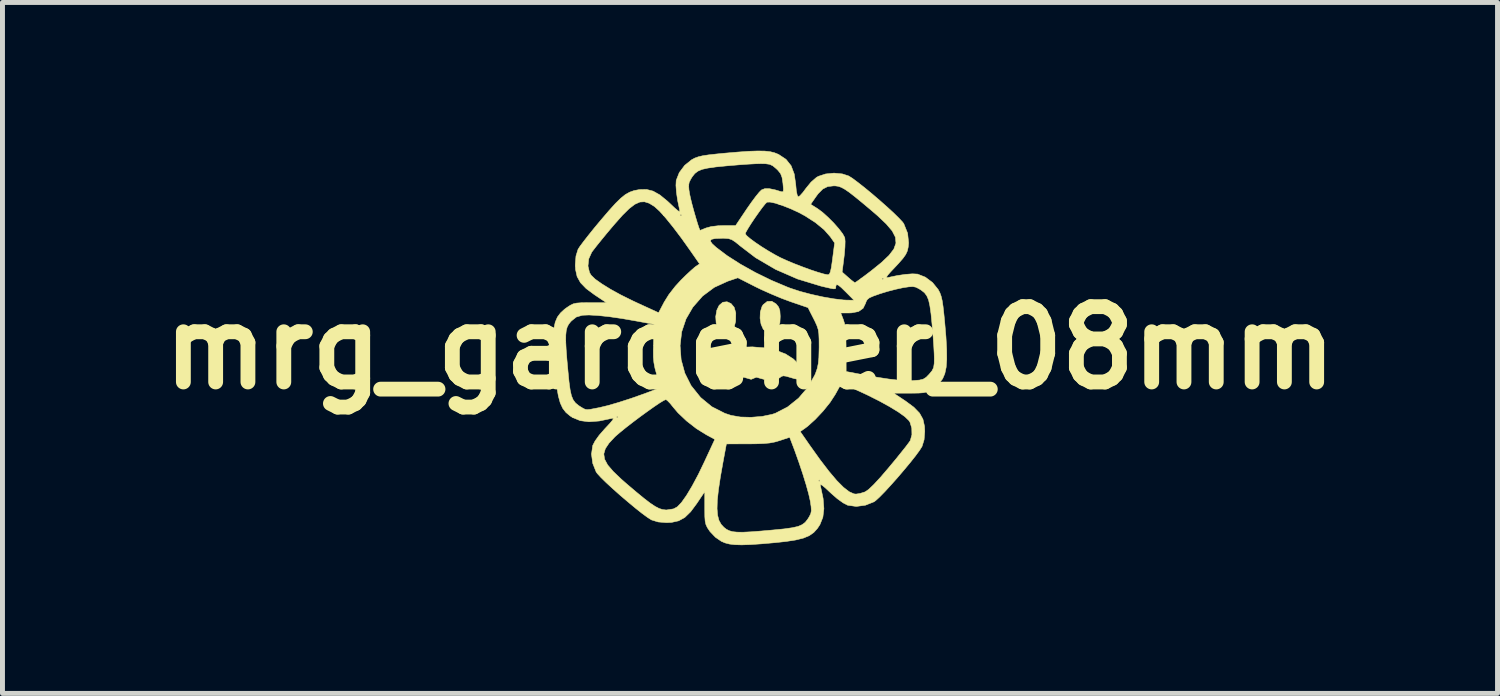
<source format=kicad_pcb>
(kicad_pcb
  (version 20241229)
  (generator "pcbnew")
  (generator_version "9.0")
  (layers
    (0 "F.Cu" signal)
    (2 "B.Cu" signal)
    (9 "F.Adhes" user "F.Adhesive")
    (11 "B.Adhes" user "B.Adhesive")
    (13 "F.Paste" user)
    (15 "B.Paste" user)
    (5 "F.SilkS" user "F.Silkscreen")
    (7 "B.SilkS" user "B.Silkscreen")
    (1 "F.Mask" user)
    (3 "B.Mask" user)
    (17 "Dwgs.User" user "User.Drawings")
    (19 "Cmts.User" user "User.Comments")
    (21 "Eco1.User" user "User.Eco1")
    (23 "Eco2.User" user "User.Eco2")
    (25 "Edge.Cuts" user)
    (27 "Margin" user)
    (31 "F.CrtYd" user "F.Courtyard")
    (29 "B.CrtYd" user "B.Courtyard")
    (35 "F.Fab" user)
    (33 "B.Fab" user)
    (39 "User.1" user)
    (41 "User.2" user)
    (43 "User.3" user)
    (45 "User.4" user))
  (footprint "mrg_gardener_08mm"
    (layer "F.Cu")
    (at 12.127 3.99)
    (property "Reference" "mrg_gardener_08mm" (at 0 0 0) (layer "F.SilkS") (effects (font (size 1.524 1.524) (thickness 0.3))))
    (attr through_hole)
    (fp_poly (pts (xy -0.385 -0.898) (xy -0.321 -0.822) (xy -0.289 -0.712) (xy -0.288 -0.707) (xy -0.291 -0.538) (xy -0.324 -0.408) (xy -0.384 -0.324) (xy -0.466 -0.29) (xy -0.565 -0.312) (xy -0.584 -0.323) (xy -0.649 -0.394) (xy -0.686 -0.505) (xy -0.694 -0.635) (xy -0.672 -0.764) (xy -0.625 -0.861) (xy -0.551 -0.924) (xy -0.466 -0.934) (xy -0.385 -0.898)) (stroke (width 0.01) (type solid)) (fill yes) (layer "F.SilkS"))
    (fp_poly (pts (xy 0.53 -0.888) (xy 0.579 -0.826) (xy 0.604 -0.754) (xy 0.611 -0.646) (xy 0.611 -0.627) (xy 0.605 -0.512) (xy 0.584 -0.436) (xy 0.538 -0.375) (xy 0.532 -0.368) (xy 0.469 -0.311) (xy 0.419 -0.295) (xy 0.353 -0.313) (xy 0.331 -0.322) (xy 0.267 -0.379) (xy 0.223 -0.479) (xy 0.203 -0.601) (xy 0.208 -0.727) (xy 0.242 -0.837) (xy 0.266 -0.875) (xy 0.349 -0.941) (xy 0.441 -0.944) (xy 0.53 -0.888)) (stroke (width 0.01) (type solid)) (fill yes) (layer "F.SilkS"))
    (fp_poly (pts (xy 0.291 -0.001) (xy 0.519 0.047) (xy 0.718 0.122) (xy 0.877 0.224) (xy 0.93 0.275) (xy 1 0.376) (xy 1.043 0.481) (xy 1.053 0.57) (xy 1.032 0.62) (xy 0.988 0.636) (xy 0.905 0.624) (xy 0.83 0.602) (xy 0.731 0.573) (xy 0.672 0.565) (xy 0.632 0.579) (xy 0.604 0.601) (xy 0.549 0.635) (xy 0.487 0.625) (xy 0.462 0.615) (xy 0.388 0.593) (xy 0.335 0.613) (xy 0.333 0.615) (xy 0.281 0.636) (xy 0.208 0.616) (xy 0.204 0.615) (xy 0.13 0.593) (xy 0.078 0.613) (xy 0.076 0.615) (xy 0.023 0.636) (xy -0.049 0.616) (xy -0.053 0.615) (xy -0.127 0.593) (xy -0.18 0.613) (xy -0.181 0.615) (xy -0.236 0.636) (xy -0.307 0.616) (xy -0.387 0.596) (xy -0.448 0.617) (xy -0.506 0.637) (xy -0.571 0.613) (xy -0.589 0.601) (xy -0.651 0.569) (xy -0.707 0.568) (xy -0.784 0.596) (xy -0.895 0.634) (xy -0.968 0.638) (xy -1.019 0.606) (xy -1.026 0.598) (xy -1.043 0.532) (xy -1.02 0.439) (xy -0.964 0.336) (xy -0.884 0.239) (xy -0.825 0.189) (xy -0.648 0.091) (xy -0.434 0.024) (xy -0.199 -0.013) (xy 0.047 -0.021) (xy 0.291 -0.001)) (stroke (width 0.01) (type solid)) (fill yes) (layer "F.SilkS"))
    (fp_poly (pts (xy 0.295 -3.983) (xy 0.406 -3.971) (xy 0.495 -3.949) (xy 0.572 -3.918) (xy 0.58 -3.914) (xy 0.728 -3.816) (xy 0.831 -3.687) (xy 0.895 -3.518) (xy 0.924 -3.316) (xy 0.937 -3.18) (xy 0.955 -3.091) (xy 0.975 -3.056) (xy 0.977 -3.056) (xy 1.012 -3.081) (xy 1.07 -3.146) (xy 1.135 -3.233) (xy 1.236 -3.356) (xy 1.343 -3.449) (xy 1.383 -3.472) (xy 1.529 -3.52) (xy 1.7 -3.537) (xy 1.868 -3.521) (xy 1.995 -3.48) (xy 2.073 -3.431) (xy 2.184 -3.348) (xy 2.32 -3.241) (xy 2.469 -3.118) (xy 2.623 -2.986) (xy 2.771 -2.855) (xy 2.904 -2.733) (xy 3.012 -2.627) (xy 3.086 -2.548) (xy 3.111 -2.514) (xy 3.189 -2.32) (xy 3.209 -2.124) (xy 3.2 -2.036) (xy 3.183 -1.961) (xy 3.15 -1.89) (xy 3.093 -1.81) (xy 3.002 -1.706) (xy 2.948 -1.648) (xy 2.847 -1.541) (xy 2.786 -1.472) (xy 2.763 -1.434) (xy 2.771 -1.422) (xy 2.806 -1.427) (xy 2.813 -1.429) (xy 2.98 -1.464) (xy 3.144 -1.488) (xy 3.285 -1.499) (xy 3.385 -1.494) (xy 3.389 -1.494) (xy 3.547 -1.432) (xy 3.693 -1.323) (xy 3.807 -1.182) (xy 3.809 -1.178) (xy 3.842 -1.116) (xy 3.867 -1.046) (xy 3.888 -0.958) (xy 3.906 -0.84) (xy 3.924 -0.678) (xy 3.939 -0.527) (xy 3.965 -0.221) (xy 3.979 0.03) (xy 3.981 0.231) (xy 3.969 0.392) (xy 3.942 0.52) (xy 3.898 0.623) (xy 3.835 0.707) (xy 3.754 0.782) (xy 3.703 0.819) (xy 3.636 0.863) (xy 3.576 0.892) (xy 3.507 0.907) (xy 3.411 0.914) (xy 3.272 0.916) (xy 3.235 0.916) (xy 2.907 0.916) (xy 3.149 1.077) (xy 3.316 1.201) (xy 3.43 1.319) (xy 3.499 1.443) (xy 3.531 1.587) (xy 3.536 1.689) (xy 3.522 1.86) (xy 3.481 1.992) (xy 3.48 1.995) (xy 3.43 2.074) (xy 3.347 2.187) (xy 3.239 2.323) (xy 3.114 2.473) (xy 2.982 2.628) (xy 2.85 2.776) (xy 2.727 2.91) (xy 2.621 3.018) (xy 2.541 3.091) (xy 2.509 3.114) (xy 2.335 3.183) (xy 2.15 3.208) (xy 1.98 3.184) (xy 1.973 3.182) (xy 1.884 3.136) (xy 1.768 3.053) (xy 1.642 2.943) (xy 1.627 2.929) (xy 1.524 2.833) (xy 1.46 2.78) (xy 1.429 2.765) (xy 1.423 2.785) (xy 1.426 2.797) (xy 1.479 3.047) (xy 1.495 3.253) (xy 1.474 3.427) (xy 1.414 3.577) (xy 1.363 3.654) (xy 1.29 3.735) (xy 1.2 3.798) (xy 1.082 3.848) (xy 0.928 3.886) (xy 0.728 3.917) (xy 0.507 3.941) (xy 0.23 3.965) (xy 0.007 3.98) (xy -0.169 3.986) (xy -0.307 3.982) (xy -0.416 3.969) (xy -0.505 3.946) (xy -0.58 3.914) (xy -0.702 3.83) (xy -0.809 3.717) (xy -0.819 3.703) (xy -0.864 3.636) (xy -0.892 3.576) (xy -0.908 3.507) (xy -0.915 3.411) (xy -0.916 3.271) (xy -0.916 3.253) (xy -0.667 3.253) (xy -0.656 3.386) (xy -0.629 3.49) (xy -0.584 3.571) (xy -0.528 3.631) (xy -0.477 3.671) (xy -0.421 3.699) (xy -0.352 3.719) (xy -0.26 3.728) (xy -0.137 3.729) (xy 0.024 3.721) (xy 0.233 3.705) (xy 0.48 3.683) (xy 0.693 3.662) (xy 0.853 3.639) (xy 0.97 3.613) (xy 1.054 3.577) (xy 1.117 3.53) (xy 1.168 3.465) (xy 1.199 3.415) (xy 1.229 3.355) (xy 1.241 3.294) (xy 1.236 3.212) (xy 1.219 3.098) (xy 1.187 2.956) (xy 1.135 2.768) (xy 1.109 2.685) (xy 1.383 2.685) (xy 1.399 2.701) (xy 1.415 2.685) (xy 1.399 2.669) (xy 1.383 2.685) (xy 1.109 2.685) (xy 1.067 2.548) (xy 0.987 2.309) (xy 0.9 2.065) (xy 0.871 1.989) (xy 0.802 1.808) (xy 0.602 1.875) (xy 0.502 1.904) (xy 0.397 1.924) (xy 0.273 1.935) (xy 0.111 1.941) (xy -0.038 1.942) (xy -0.478 1.943) (xy -0.544 2.298) (xy -0.6 2.613) (xy -0.639 2.873) (xy -0.662 3.084) (xy -0.667 3.253) (xy -0.916 3.253) (xy -0.916 3.235) (xy -0.916 2.908) (xy -1.078 3.149) (xy -1.202 3.316) (xy -1.319 3.43) (xy -1.444 3.499) (xy -1.588 3.531) (xy -1.689 3.536) (xy -1.86 3.522) (xy -1.992 3.481) (xy -1.995 3.48) (xy -2.074 3.43) (xy -2.187 3.347) (xy -2.323 3.239) (xy -2.473 3.114) (xy -2.628 2.982) (xy -2.776 2.85) (xy -2.91 2.727) (xy -3.018 2.621) (xy -3.091 2.541) (xy -3.114 2.509) (xy -3.183 2.335) (xy -3.208 2.15) (xy -3.207 2.145) (xy -2.959 2.145) (xy -2.943 2.252) (xy -2.881 2.368) (xy -2.768 2.5) (xy -2.605 2.656) (xy -2.492 2.755) (xy -2.296 2.921) (xy -2.14 3.049) (xy -2.017 3.143) (xy -1.919 3.208) (xy -1.84 3.249) (xy -1.77 3.271) (xy -1.704 3.279) (xy -1.687 3.279) (xy -1.547 3.257) (xy -1.47 3.215) (xy -1.386 3.127) (xy -1.285 2.984) (xy -1.17 2.792) (xy -1.045 2.558) (xy -0.914 2.286) (xy -0.913 2.283) (xy -0.712 1.85) (xy -0.885 1.757) (xy -0.988 1.693) (xy 1.016 1.693) (xy 1.204 1.964) (xy 1.414 2.258) (xy 1.597 2.497) (xy 1.755 2.684) (xy 1.891 2.821) (xy 2.006 2.91) (xy 2.102 2.953) (xy 2.144 2.958) (xy 2.227 2.945) (xy 2.323 2.915) (xy 2.328 2.913) (xy 2.399 2.865) (xy 2.502 2.767) (xy 2.64 2.618) (xy 2.813 2.416) (xy 2.821 2.406) (xy 2.946 2.256) (xy 3.057 2.118) (xy 3.149 2.003) (xy 3.213 1.918) (xy 3.243 1.875) (xy 3.276 1.757) (xy 3.273 1.624) (xy 3.237 1.504) (xy 3.214 1.469) (xy 3.133 1.391) (xy 3 1.296) (xy 2.823 1.188) (xy 2.612 1.072) (xy 2.375 0.953) (xy 2.259 0.899) (xy 1.851 0.713) (xy 1.725 0.941) (xy 1.619 1.104) (xy 1.478 1.279) (xy 1.321 1.446) (xy 1.167 1.585) (xy 1.111 1.627) (xy 1.016 1.693) (xy -0.988 1.693) (xy -1.086 1.632) (xy -1.284 1.478) (xy -1.457 1.314) (xy -1.55 1.205) (xy -1.618 1.121) (xy -1.675 1.063) (xy -1.704 1.045) (xy -1.747 1.064) (xy -1.831 1.115) (xy -1.945 1.192) (xy -2.08 1.288) (xy -2.226 1.394) (xy -2.372 1.504) (xy -2.51 1.611) (xy -2.628 1.707) (xy -2.718 1.784) (xy -2.738 1.803) (xy -2.854 1.928) (xy -2.928 2.039) (xy -2.959 2.145) (xy -3.207 2.145) (xy -3.184 1.98) (xy -3.182 1.973) (xy -3.136 1.884) (xy -3.053 1.768) (xy -2.943 1.642) (xy -2.929 1.627) (xy -2.833 1.524) (xy -2.78 1.46) (xy -2.765 1.429) (xy -2.785 1.423) (xy -2.797 1.426) (xy -3.05 1.479) (xy -3.26 1.495) (xy -3.437 1.472) (xy -3.589 1.409) (xy -3.606 1.399) (xy -2.701 1.399) (xy -2.685 1.415) (xy -2.669 1.399) (xy -2.685 1.383) (xy -2.701 1.399) (xy -3.606 1.399) (xy -3.641 1.376) (xy -3.725 1.306) (xy -3.79 1.222) (xy -3.84 1.114) (xy -3.879 0.972) (xy -3.911 0.786) (xy -3.937 0.546) (xy -3.939 0.527) (xy -3.965 0.221) (xy -3.979 -0.03) (xy -3.98 -0.136) (xy -3.729 -0.136) (xy -3.721 0.026) (xy -3.705 0.236) (xy -3.683 0.476) (xy -3.662 0.69) (xy -3.64 0.85) (xy -3.614 0.967) (xy -3.579 1.051) (xy -3.533 1.113) (xy -3.472 1.164) (xy -3.43 1.191) (xy -3.376 1.224) (xy -3.335 1.243) (xy -3.291 1.249) (xy -3.226 1.242) (xy -3.123 1.222) (xy -3.049 1.208) (xy -2.875 1.166) (xy -2.655 1.102) (xy -2.401 1.02) (xy -2.127 0.923) (xy -1.99 0.871) (xy -1.81 0.803) (xy -1.889 0.538) (xy -1.924 0.41) (xy -1.945 0.3) (xy -1.956 0.187) (xy -1.957 0.049) (xy -1.954 -0.046) (xy -1.415 -0.046) (xy -1.394 0.237) (xy -1.319 0.511) (xy -1.193 0.763) (xy -1.191 0.765) (xy -1.001 1.002) (xy -0.773 1.19) (xy -0.509 1.324) (xy -0.385 1.365) (xy -0.197 1.398) (xy 0.022 1.404) (xy 0.246 1.386) (xy 0.448 1.344) (xy 0.514 1.322) (xy 0.76 1.195) (xy 0.982 1.017) (xy 1.169 0.799) (xy 1.309 0.553) (xy 1.326 0.514) (xy 1.36 0.417) (xy 1.381 0.317) (xy 1.393 0.195) (xy 1.397 0.032) (xy 1.398 -0.017) (xy 1.397 -0.175) (xy 1.392 -0.288) (xy 1.379 -0.374) (xy 1.353 -0.452) (xy 1.313 -0.54) (xy 1.286 -0.593) (xy 1.228 -0.707) (xy 1.836 -0.707) (xy 1.889 -0.571) (xy 1.913 -0.492) (xy 1.929 -0.39) (xy 1.939 -0.253) (xy 1.943 -0.069) (xy 1.944 0.022) (xy 1.945 0.478) (xy 2.299 0.545) (xy 2.578 0.595) (xy 2.807 0.63) (xy 2.995 0.652) (xy 3.154 0.662) (xy 3.296 0.661) (xy 3.311 0.66) (xy 3.428 0.651) (xy 3.505 0.632) (xy 3.564 0.595) (xy 3.624 0.534) (xy 3.683 0.463) (xy 3.715 0.398) (xy 3.727 0.315) (xy 3.729 0.217) (xy 3.726 0.112) (xy 3.718 -0.039) (xy 3.705 -0.22) (xy 3.689 -0.411) (xy 3.683 -0.48) (xy 3.662 -0.693) (xy 3.639 -0.853) (xy 3.613 -0.97) (xy 3.577 -1.054) (xy 3.53 -1.117) (xy 3.465 -1.168) (xy 3.415 -1.199) (xy 3.355 -1.229) (xy 3.294 -1.241) (xy 3.212 -1.236) (xy 3.099 -1.219) (xy 2.956 -1.188) (xy 2.789 -1.145) (xy 2.631 -1.097) (xy 2.623 -1.094) (xy 2.496 -1.049) (xy 2.416 -1.014) (xy 2.372 -0.978) (xy 2.348 -0.934) (xy 2.34 -0.907) (xy 2.288 -0.801) (xy 2.195 -0.736) (xy 2.055 -0.709) (xy 2.004 -0.707) (xy 1.836 -0.707) (xy 1.228 -0.707) (xy 1.174 -0.815) (xy 0.82 -0.936) (xy 0.637 -1.004) (xy 0.429 -1.091) (xy 0.225 -1.182) (xy 0.11 -1.238) (xy -0.246 -1.419) (xy -0.45 -1.35) (xy -0.722 -1.226) (xy -0.96 -1.049) (xy -1.157 -0.824) (xy -1.295 -0.586) (xy -1.383 -0.325) (xy -1.415 -0.046) (xy -1.954 -0.046) (xy -1.953 -0.102) (xy -1.939 -0.477) (xy -2.296 -0.543) (xy -2.587 -0.594) (xy -2.85 -0.632) (xy -3.077 -0.656) (xy -3.259 -0.666) (xy -3.387 -0.661) (xy -3.395 -0.66) (xy -3.515 -0.625) (xy -3.613 -0.547) (xy -3.631 -0.528) (xy -3.671 -0.477) (xy -3.7 -0.421) (xy -3.719 -0.351) (xy -3.728 -0.259) (xy -3.729 -0.136) (xy -3.98 -0.136) (xy -3.981 -0.231) (xy -3.969 -0.392) (xy -3.942 -0.52) (xy -3.898 -0.623) (xy -3.835 -0.707) (xy -3.754 -0.782) (xy -3.703 -0.819) (xy -3.636 -0.863) (xy -3.576 -0.892) (xy -3.507 -0.907) (xy -3.411 -0.914) (xy -3.272 -0.916) (xy -3.235 -0.916) (xy -2.907 -0.916) (xy -3.149 -1.077) (xy -3.316 -1.201) (xy -3.43 -1.319) (xy -3.499 -1.443) (xy -3.531 -1.587) (xy -3.535 -1.657) (xy -3.279 -1.657) (xy -3.248 -1.525) (xy -3.214 -1.469) (xy -3.133 -1.391) (xy -2.999 -1.296) (xy -2.823 -1.187) (xy -2.612 -1.071) (xy -2.374 -0.953) (xy -2.258 -0.899) (xy -1.85 -0.712) (xy -1.737 -0.927) (xy -1.642 -1.08) (xy -1.512 -1.247) (xy -1.399 -1.37) (xy -1.294 -1.474) (xy -1.197 -1.564) (xy -1.123 -1.629) (xy -1.097 -1.649) (xy -1.021 -1.7) (xy -1.207 -1.967) (xy -1.346 -2.163) (xy -0.803 -2.163) (xy -0.767 -2.109) (xy -0.684 -2.033) (xy -0.461 -1.865) (xy -0.191 -1.693) (xy 0.112 -1.524) (xy 0.431 -1.368) (xy 0.753 -1.232) (xy 0.813 -1.209) (xy 1.01 -1.144) (xy 1.236 -1.084) (xy 1.472 -1.032) (xy 1.697 -0.993) (xy 1.891 -0.97) (xy 1.96 -0.967) (xy 2.104 -0.965) (xy 1.945 -1.125) (xy 1.847 -1.221) (xy 1.784 -1.272) (xy 1.749 -1.28) (xy 1.737 -1.25) (xy 1.736 -1.238) (xy 1.735 -1.211) (xy 1.723 -1.197) (xy 1.688 -1.195) (xy 1.62 -1.208) (xy 1.506 -1.234) (xy 1.431 -1.252) (xy 0.961 -1.395) (xy 0.518 -1.588) (xy 0.112 -1.826) (xy -0.198 -2.063) (xy -0.296 -2.143) (xy -0.368 -2.19) (xy -0.436 -2.212) (xy -0.522 -2.218) (xy -0.568 -2.218) (xy -0.707 -2.213) (xy -0.784 -2.196) (xy -0.803 -2.163) (xy -1.346 -2.163) (xy -1.39 -2.224) (xy -1.454 -2.309) (xy -0.096 -2.309) (xy -0.07 -2.273) (xy 0.001 -2.212) (xy 0.105 -2.135) (xy 0.232 -2.049) (xy 0.37 -1.963) (xy 0.508 -1.883) (xy 0.607 -1.83) (xy 0.736 -1.771) (xy 0.891 -1.706) (xy 1.059 -1.641) (xy 1.225 -1.58) (xy 1.376 -1.53) (xy 1.497 -1.495) (xy 1.574 -1.48) (xy 1.578 -1.48) (xy 1.604 -1.492) (xy 1.625 -1.536) (xy 1.645 -1.623) (xy 1.665 -1.761) (xy 1.67 -1.801) (xy 1.712 -2.124) (xy 1.624 -2.25) (xy 1.499 -2.392) (xy 1.324 -2.536) (xy 1.111 -2.673) (xy 0.981 -2.743) (xy 0.814 -2.819) (xy 0.654 -2.882) (xy 0.579 -2.906) (xy 1.227 -2.906) (xy 1.367 -2.818) (xy 1.467 -2.744) (xy 1.58 -2.642) (xy 1.694 -2.528) (xy 1.796 -2.412) (xy 1.874 -2.31) (xy 1.916 -2.233) (xy 1.918 -2.226) (xy 1.924 -2.156) (xy 1.921 -2.041) (xy 1.91 -1.903) (xy 1.902 -1.836) (xy 1.864 -1.535) (xy 1.985 -1.428) (xy 2.057 -1.366) (xy 2.109 -1.327) (xy 2.122 -1.32) (xy 2.152 -1.338) (xy 2.223 -1.388) (xy 2.237 -1.399) (xy 2.669 -1.399) (xy 2.685 -1.383) (xy 2.701 -1.399) (xy 2.685 -1.415) (xy 2.669 -1.399) (xy 2.237 -1.399) (xy 2.323 -1.462) (xy 2.444 -1.554) (xy 2.453 -1.561) (xy 2.66 -1.728) (xy 2.812 -1.872) (xy 2.91 -2) (xy 2.953 -2.12) (xy 2.942 -2.24) (xy 2.877 -2.367) (xy 2.756 -2.509) (xy 2.582 -2.674) (xy 2.46 -2.779) (xy 2.271 -2.938) (xy 2.123 -3.059) (xy 2.009 -3.148) (xy 1.92 -3.209) (xy 1.849 -3.248) (xy 1.788 -3.27) (xy 1.731 -3.278) (xy 1.691 -3.279) (xy 1.571 -3.265) (xy 1.472 -3.215) (xy 1.377 -3.119) (xy 1.322 -3.043) (xy 1.227 -2.906) (xy 0.579 -2.906) (xy 0.514 -2.928) (xy 0.405 -2.951) (xy 0.344 -2.949) (xy 0.31 -2.917) (xy 0.251 -2.844) (xy 0.177 -2.743) (xy 0.097 -2.629) (xy 0.02 -2.514) (xy -0.043 -2.413) (xy -0.085 -2.339) (xy -0.096 -2.309) (xy -1.454 -2.309) (xy -1.558 -2.446) (xy -1.707 -2.63) (xy -1.756 -2.685) (xy -1.415 -2.685) (xy -1.399 -2.669) (xy -1.383 -2.685) (xy -1.399 -2.701) (xy -1.415 -2.685) (xy -1.756 -2.685) (xy -1.832 -2.769) (xy -1.93 -2.858) (xy -1.938 -2.864) (xy -2.04 -2.927) (xy -2.135 -2.957) (xy -2.229 -2.952) (xy -2.33 -2.907) (xy -2.445 -2.819) (xy -2.581 -2.685) (xy -2.743 -2.502) (xy -2.779 -2.46) (xy -2.902 -2.314) (xy -3.015 -2.176) (xy -3.11 -2.058) (xy -3.178 -1.97) (xy -3.203 -1.937) (xy -3.264 -1.801) (xy -3.279 -1.657) (xy -3.535 -1.657) (xy -3.536 -1.689) (xy -3.522 -1.86) (xy -3.481 -1.992) (xy -3.48 -1.995) (xy -3.442 -2.054) (xy -3.369 -2.152) (xy -3.269 -2.28) (xy -3.151 -2.427) (xy -3.021 -2.583) (xy -3.015 -2.59) (xy -2.854 -2.778) (xy -2.724 -2.922) (xy -2.617 -3.027) (xy -2.524 -3.102) (xy -2.437 -3.151) (xy -2.348 -3.183) (xy -2.249 -3.202) (xy -2.235 -3.204) (xy -2.095 -3.207) (xy -1.962 -3.173) (xy -1.825 -3.096) (xy -1.671 -2.97) (xy -1.627 -2.929) (xy -1.526 -2.833) (xy -1.462 -2.778) (xy -1.43 -2.759) (xy -1.422 -2.773) (xy -1.429 -2.813) (xy -1.465 -2.984) (xy -1.489 -3.149) (xy -1.499 -3.287) (xy -1.242 -3.287) (xy -1.236 -3.199) (xy -1.222 -3.113) (xy -1.203 -3.025) (xy -1.174 -2.908) (xy -1.138 -2.775) (xy -1.1 -2.643) (xy -1.064 -2.523) (xy -1.034 -2.432) (xy -1.014 -2.384) (xy -1.01 -2.379) (xy -0.98 -2.39) (xy -0.912 -2.418) (xy -0.889 -2.427) (xy -0.787 -2.455) (xy -0.645 -2.472) (xy -0.532 -2.476) (xy -0.291 -2.476) (xy -0.065 -2.813) (xy 0.028 -2.946) (xy 0.115 -3.063) (xy 0.186 -3.15) (xy 0.232 -3.196) (xy 0.233 -3.197) (xy 0.3 -3.223) (xy 0.389 -3.223) (xy 0.514 -3.197) (xy 0.608 -3.168) (xy 0.65 -3.157) (xy 0.672 -3.168) (xy 0.676 -3.214) (xy 0.668 -3.308) (xy 0.666 -3.332) (xy 0.648 -3.449) (xy 0.618 -3.528) (xy 0.563 -3.596) (xy 0.533 -3.625) (xy 0.462 -3.684) (xy 0.398 -3.715) (xy 0.314 -3.727) (xy 0.217 -3.729) (xy 0.112 -3.726) (xy -0.039 -3.718) (xy -0.22 -3.705) (xy -0.411 -3.689) (xy -0.48 -3.683) (xy -0.693 -3.662) (xy -0.853 -3.639) (xy -0.97 -3.613) (xy -1.054 -3.577) (xy -1.117 -3.529) (xy -1.168 -3.465) (xy -1.199 -3.415) (xy -1.231 -3.351) (xy -1.242 -3.287) (xy -1.499 -3.287) (xy -1.499 -3.29) (xy -1.494 -3.388) (xy -1.494 -3.389) (xy -1.432 -3.547) (xy -1.323 -3.693) (xy -1.182 -3.807) (xy -1.178 -3.809) (xy -1.116 -3.842) (xy -1.046 -3.867) (xy -0.958 -3.888) (xy -0.84 -3.906) (xy -0.678 -3.924) (xy -0.527 -3.939) (xy -0.247 -3.963) (xy -0.022 -3.979) (xy 0.155 -3.985) (xy 0.295 -3.983)) (stroke (width 0.01) (type solid)) (fill yes) (layer "F.SilkS")))
  (gr_rect
    (start -3 -3)
    (end 27.253 10.981)
    (stroke (width 0.1) (type default))
    (fill no)
    (layer "Edge.Cuts")))
</source>
